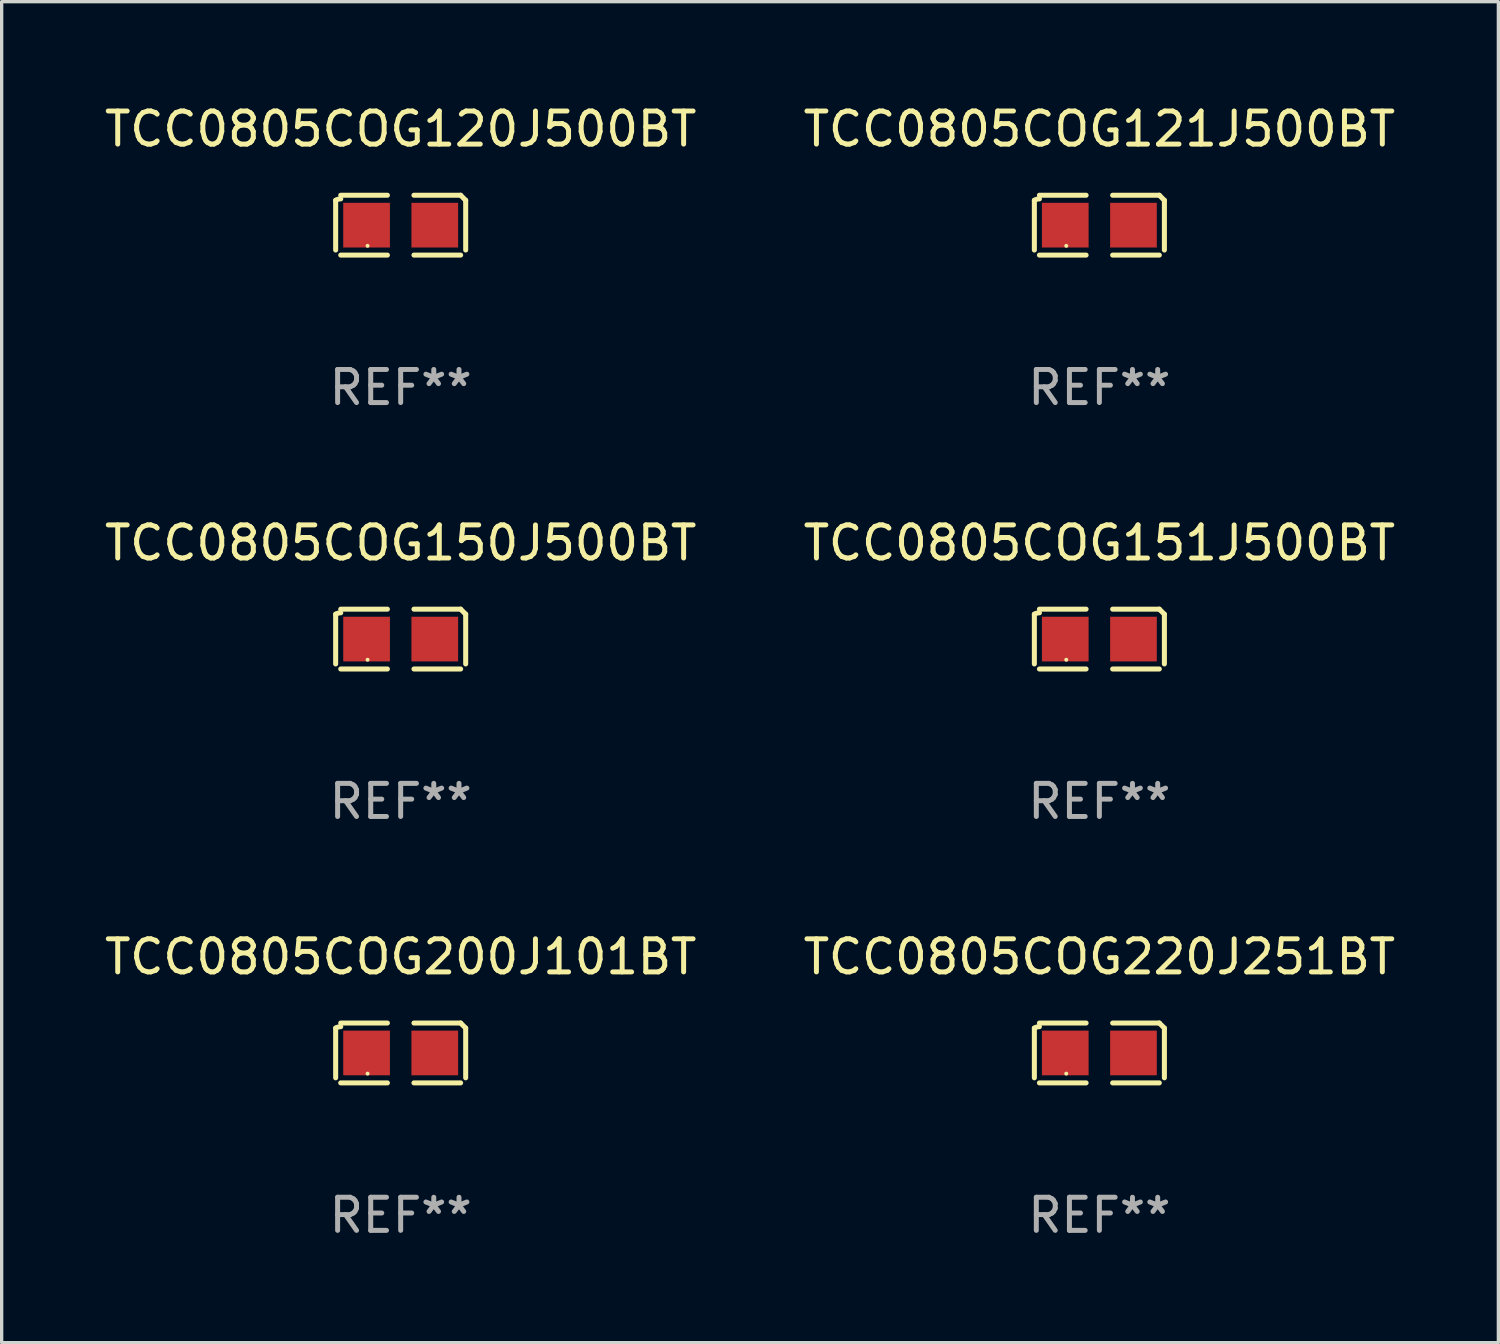
<source format=kicad_pcb>
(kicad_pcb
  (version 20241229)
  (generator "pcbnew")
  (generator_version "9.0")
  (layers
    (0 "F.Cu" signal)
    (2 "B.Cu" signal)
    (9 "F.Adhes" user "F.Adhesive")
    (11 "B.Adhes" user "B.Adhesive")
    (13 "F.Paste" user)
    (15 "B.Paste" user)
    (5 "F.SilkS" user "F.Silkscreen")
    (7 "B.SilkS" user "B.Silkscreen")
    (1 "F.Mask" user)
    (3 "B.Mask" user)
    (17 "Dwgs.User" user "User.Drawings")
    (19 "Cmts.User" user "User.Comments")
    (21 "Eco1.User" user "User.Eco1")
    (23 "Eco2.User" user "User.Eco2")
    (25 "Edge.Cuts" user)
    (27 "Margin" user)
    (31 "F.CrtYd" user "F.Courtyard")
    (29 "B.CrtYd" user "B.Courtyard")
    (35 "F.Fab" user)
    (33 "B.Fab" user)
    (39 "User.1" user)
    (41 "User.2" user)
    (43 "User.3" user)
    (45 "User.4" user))
  (footprint "TCC0805COG121J500BT"
    (layer "F.Cu")
    (at 30.161 3.752)
    (property "Reference" "TCC0805COG121J500BT" (at 0 -2.904 0) (layer "F.SilkS") (effects (font (size 1 1) (thickness 0.15))))
    (attr through_hole)
    (fp_line (start -1.964 0.751) (end -1.964 -0.751) (stroke (width 0.152) (type solid)) (layer "F.SilkS"))
    (fp_line (start -1.811 -0.904) (end -0.401 -0.904) (stroke (width 0.152) (type solid)) (layer "F.SilkS"))
    (fp_line (start -0.401 0.904) (end -1.811 0.904) (stroke (width 0.152) (type solid)) (layer "F.SilkS"))
    (fp_line (start 0.401 0.904) (end 1.811 0.904) (stroke (width 0.152) (type solid)) (layer "F.SilkS"))
    (fp_line (start 1.811 -0.904) (end 0.401 -0.904) (stroke (width 0.152) (type solid)) (layer "F.SilkS"))
    (fp_line (start 1.964 0.751) (end 1.964 -0.751) (stroke (width 0.152) (type solid)) (layer "F.SilkS"))
    (fp_arc (start -1.963602 -0.751207) (mid -1.890354 -0.783131) (end -1.811201 -0.794044) (stroke (width 0.1524) (type solid)) (layer "F.SilkS"))
    (fp_arc (start 1.811202 -0.903607) (mid 1.887413 -0.827418) (end 1.963602 -0.751207) (stroke (width 0.1524) (type solid)) (layer "F.SilkS"))
    (fp_circle (center -1 0.625) (end -0.97 0.625) (stroke (width 0.06) (type solid)) (fill no) (layer "F.SilkS"))
    (fp_text user "REF**" (at 0 4.904 0) (layer "F.Fab") (effects (font (size 1 1) (thickness 0.15))))
    (pad "1" smd rect (at -1.03 0) (size 1.41 1.35) (layers "F.Cu" "F.Mask" "F.Paste"))
    (pad "2" smd rect (at 1.03 0) (size 1.41 1.35) (layers "F.Cu" "F.Mask" "F.Paste")))
  (footprint "TCC0805COG150J500BT"
    (layer "F.Cu")
    (at 9.054 16.256)
    (property "Reference" "TCC0805COG150J500BT" (at 0 -2.904 0) (layer "F.SilkS") (effects (font (size 1 1) (thickness 0.15))))
    (attr through_hole)
    (fp_line (start -1.964 0.751) (end -1.964 -0.751) (stroke (width 0.152) (type solid)) (layer "F.SilkS"))
    (fp_line (start -1.811 -0.904) (end -0.401 -0.904) (stroke (width 0.152) (type solid)) (layer "F.SilkS"))
    (fp_line (start -0.401 0.904) (end -1.811 0.904) (stroke (width 0.152) (type solid)) (layer "F.SilkS"))
    (fp_line (start 0.401 0.904) (end 1.811 0.904) (stroke (width 0.152) (type solid)) (layer "F.SilkS"))
    (fp_line (start 1.811 -0.904) (end 0.401 -0.904) (stroke (width 0.152) (type solid)) (layer "F.SilkS"))
    (fp_line (start 1.964 0.751) (end 1.964 -0.751) (stroke (width 0.152) (type solid)) (layer "F.SilkS"))
    (fp_arc (start -1.963602 -0.751207) (mid -1.890354 -0.783131) (end -1.811201 -0.794044) (stroke (width 0.1524) (type solid)) (layer "F.SilkS"))
    (fp_arc (start 1.811202 -0.903607) (mid 1.887413 -0.827418) (end 1.963602 -0.751207) (stroke (width 0.1524) (type solid)) (layer "F.SilkS"))
    (fp_circle (center -1 0.625) (end -0.97 0.625) (stroke (width 0.06) (type solid)) (fill no) (layer "F.SilkS"))
    (fp_text user "REF**" (at 0 4.904 0) (layer "F.Fab") (effects (font (size 1 1) (thickness 0.15))))
    (pad "1" smd rect (at -1.03 0) (size 1.41 1.35) (layers "F.Cu" "F.Mask" "F.Paste"))
    (pad "2" smd rect (at 1.03 0) (size 1.41 1.35) (layers "F.Cu" "F.Mask" "F.Paste")))
  (footprint "TCC0805COG220J251BT"
    (layer "F.Cu")
    (at 30.161 28.759)
    (property "Reference" "TCC0805COG220J251BT" (at 0 -2.904 0) (layer "F.SilkS") (effects (font (size 1 1) (thickness 0.15))))
    (attr through_hole)
    (fp_line (start -1.964 0.751) (end -1.964 -0.751) (stroke (width 0.152) (type solid)) (layer "F.SilkS"))
    (fp_line (start -1.811 -0.904) (end -0.401 -0.904) (stroke (width 0.152) (type solid)) (layer "F.SilkS"))
    (fp_line (start -0.401 0.904) (end -1.811 0.904) (stroke (width 0.152) (type solid)) (layer "F.SilkS"))
    (fp_line (start 0.401 0.904) (end 1.811 0.904) (stroke (width 0.152) (type solid)) (layer "F.SilkS"))
    (fp_line (start 1.811 -0.904) (end 0.401 -0.904) (stroke (width 0.152) (type solid)) (layer "F.SilkS"))
    (fp_line (start 1.964 0.751) (end 1.964 -0.751) (stroke (width 0.152) (type solid)) (layer "F.SilkS"))
    (fp_arc (start -1.963602 -0.751207) (mid -1.890354 -0.783131) (end -1.811201 -0.794044) (stroke (width 0.1524) (type solid)) (layer "F.SilkS"))
    (fp_arc (start 1.811202 -0.903607) (mid 1.887413 -0.827418) (end 1.963602 -0.751207) (stroke (width 0.1524) (type solid)) (layer "F.SilkS"))
    (fp_circle (center -1 0.625) (end -0.97 0.625) (stroke (width 0.06) (type solid)) (fill no) (layer "F.SilkS"))
    (fp_text user "REF**" (at 0 4.904 0) (layer "F.Fab") (effects (font (size 1 1) (thickness 0.15))))
    (pad "1" smd rect (at -1.03 0) (size 1.41 1.35) (layers "F.Cu" "F.Mask" "F.Paste"))
    (pad "2" smd rect (at 1.03 0) (size 1.41 1.35) (layers "F.Cu" "F.Mask" "F.Paste")))
  (footprint "TCC0805COG151J500BT"
    (layer "F.Cu")
    (at 30.161 16.256)
    (property "Reference" "TCC0805COG151J500BT" (at 0 -2.904 0) (layer "F.SilkS") (effects (font (size 1 1) (thickness 0.15))))
    (attr through_hole)
    (fp_line (start -1.964 0.751) (end -1.964 -0.751) (stroke (width 0.152) (type solid)) (layer "F.SilkS"))
    (fp_line (start -1.811 -0.904) (end -0.401 -0.904) (stroke (width 0.152) (type solid)) (layer "F.SilkS"))
    (fp_line (start -0.401 0.904) (end -1.811 0.904) (stroke (width 0.152) (type solid)) (layer "F.SilkS"))
    (fp_line (start 0.401 0.904) (end 1.811 0.904) (stroke (width 0.152) (type solid)) (layer "F.SilkS"))
    (fp_line (start 1.811 -0.904) (end 0.401 -0.904) (stroke (width 0.152) (type solid)) (layer "F.SilkS"))
    (fp_line (start 1.964 0.751) (end 1.964 -0.751) (stroke (width 0.152) (type solid)) (layer "F.SilkS"))
    (fp_arc (start -1.963602 -0.751207) (mid -1.890354 -0.783131) (end -1.811201 -0.794044) (stroke (width 0.1524) (type solid)) (layer "F.SilkS"))
    (fp_arc (start 1.811202 -0.903607) (mid 1.887413 -0.827418) (end 1.963602 -0.751207) (stroke (width 0.1524) (type solid)) (layer "F.SilkS"))
    (fp_circle (center -1 0.625) (end -0.97 0.625) (stroke (width 0.06) (type solid)) (fill no) (layer "F.SilkS"))
    (fp_text user "REF**" (at 0 4.904 0) (layer "F.Fab") (effects (font (size 1 1) (thickness 0.15))))
    (pad "1" smd rect (at -1.03 0) (size 1.41 1.35) (layers "F.Cu" "F.Mask" "F.Paste"))
    (pad "2" smd rect (at 1.03 0) (size 1.41 1.35) (layers "F.Cu" "F.Mask" "F.Paste")))
  (footprint "TCC0805COG200J101BT"
    (layer "F.Cu")
    (at 9.054 28.759)
    (property "Reference" "TCC0805COG200J101BT" (at 0 -2.904 0) (layer "F.SilkS") (effects (font (size 1 1) (thickness 0.15))))
    (attr through_hole)
    (fp_line (start -1.964 0.751) (end -1.964 -0.751) (stroke (width 0.152) (type solid)) (layer "F.SilkS"))
    (fp_line (start -1.811 -0.904) (end -0.401 -0.904) (stroke (width 0.152) (type solid)) (layer "F.SilkS"))
    (fp_line (start -0.401 0.904) (end -1.811 0.904) (stroke (width 0.152) (type solid)) (layer "F.SilkS"))
    (fp_line (start 0.401 0.904) (end 1.811 0.904) (stroke (width 0.152) (type solid)) (layer "F.SilkS"))
    (fp_line (start 1.811 -0.904) (end 0.401 -0.904) (stroke (width 0.152) (type solid)) (layer "F.SilkS"))
    (fp_line (start 1.964 0.751) (end 1.964 -0.751) (stroke (width 0.152) (type solid)) (layer "F.SilkS"))
    (fp_arc (start -1.963602 -0.751207) (mid -1.890354 -0.783131) (end -1.811201 -0.794044) (stroke (width 0.1524) (type solid)) (layer "F.SilkS"))
    (fp_arc (start 1.811202 -0.903607) (mid 1.887413 -0.827418) (end 1.963602 -0.751207) (stroke (width 0.1524) (type solid)) (layer "F.SilkS"))
    (fp_circle (center -1 0.625) (end -0.97 0.625) (stroke (width 0.06) (type solid)) (fill no) (layer "F.SilkS"))
    (fp_text user "REF**" (at 0 4.904 0) (layer "F.Fab") (effects (font (size 1 1) (thickness 0.15))))
    (pad "1" smd rect (at -1.03 0) (size 1.41 1.35) (layers "F.Cu" "F.Mask" "F.Paste"))
    (pad "2" smd rect (at 1.03 0) (size 1.41 1.35) (layers "F.Cu" "F.Mask" "F.Paste")))
  (footprint "TCC0805COG120J500BT"
    (layer "F.Cu")
    (at 9.054 3.752)
    (property "Reference" "TCC0805COG120J500BT" (at 0 -2.904 0) (layer "F.SilkS") (effects (font (size 1 1) (thickness 0.15))))
    (attr through_hole)
    (fp_line (start -1.964 0.751) (end -1.964 -0.751) (stroke (width 0.152) (type solid)) (layer "F.SilkS"))
    (fp_line (start -1.811 -0.904) (end -0.401 -0.904) (stroke (width 0.152) (type solid)) (layer "F.SilkS"))
    (fp_line (start -0.401 0.904) (end -1.811 0.904) (stroke (width 0.152) (type solid)) (layer "F.SilkS"))
    (fp_line (start 0.401 0.904) (end 1.811 0.904) (stroke (width 0.152) (type solid)) (layer "F.SilkS"))
    (fp_line (start 1.811 -0.904) (end 0.401 -0.904) (stroke (width 0.152) (type solid)) (layer "F.SilkS"))
    (fp_line (start 1.964 0.751) (end 1.964 -0.751) (stroke (width 0.152) (type solid)) (layer "F.SilkS"))
    (fp_arc (start -1.963602 -0.751207) (mid -1.890354 -0.783131) (end -1.811201 -0.794044) (stroke (width 0.1524) (type solid)) (layer "F.SilkS"))
    (fp_arc (start 1.811202 -0.903607) (mid 1.887413 -0.827418) (end 1.963602 -0.751207) (stroke (width 0.1524) (type solid)) (layer "F.SilkS"))
    (fp_circle (center -1 0.625) (end -0.97 0.625) (stroke (width 0.06) (type solid)) (fill no) (layer "F.SilkS"))
    (fp_text user "REF**" (at 0 4.904 0) (layer "F.Fab") (effects (font (size 1 1) (thickness 0.15))))
    (pad "1" smd rect (at -1.03 0) (size 1.41 1.35) (layers "F.Cu" "F.Mask" "F.Paste"))
    (pad "2" smd rect (at 1.03 0) (size 1.41 1.35) (layers "F.Cu" "F.Mask" "F.Paste")))
  (gr_rect
    (start -3 -3)
    (end 42.214 37.511)
    (stroke (width 0.1) (type default))
    (fill no)
    (layer "Edge.Cuts")))
</source>
